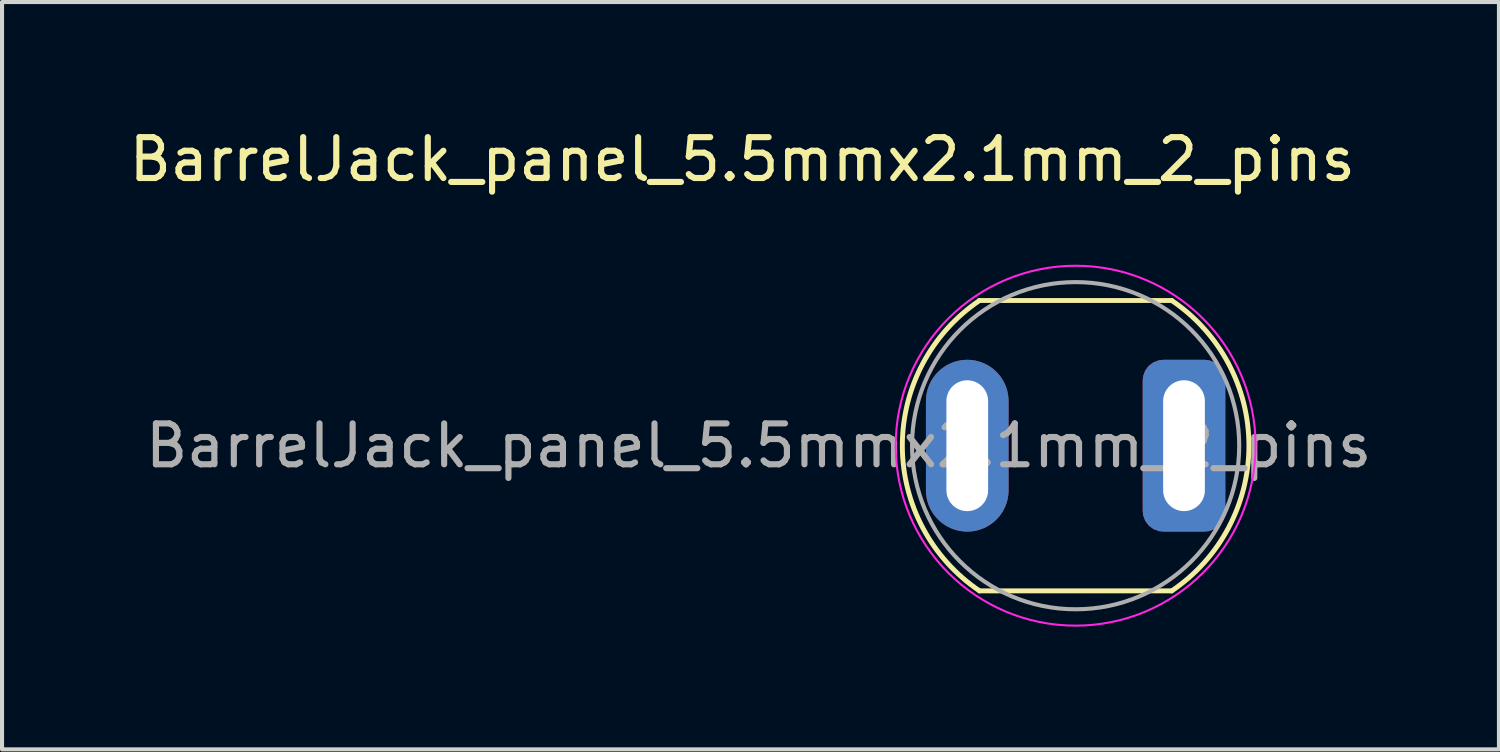
<source format=kicad_pcb>
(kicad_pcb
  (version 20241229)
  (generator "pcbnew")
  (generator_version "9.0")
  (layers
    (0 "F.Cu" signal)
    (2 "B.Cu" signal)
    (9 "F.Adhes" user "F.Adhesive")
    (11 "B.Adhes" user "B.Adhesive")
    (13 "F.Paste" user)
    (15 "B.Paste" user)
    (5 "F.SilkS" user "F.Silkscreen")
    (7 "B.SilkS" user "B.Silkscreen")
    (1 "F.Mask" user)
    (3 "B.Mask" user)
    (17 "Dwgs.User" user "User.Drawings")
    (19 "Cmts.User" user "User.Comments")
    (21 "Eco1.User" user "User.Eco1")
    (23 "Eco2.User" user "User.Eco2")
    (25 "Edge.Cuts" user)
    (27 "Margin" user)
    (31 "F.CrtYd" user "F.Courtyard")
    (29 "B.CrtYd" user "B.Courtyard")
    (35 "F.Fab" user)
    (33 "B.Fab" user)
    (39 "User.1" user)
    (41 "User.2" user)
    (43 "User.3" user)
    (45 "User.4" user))
  (footprint "BarrelJack_panel_5.5mmx2.1mm_2_pins"
    (layer "F.Cu")
    (at 25.901 7.848)
    (property "Reference" "BarrelJack_panel_5.5mmx2.1mm_2_pins" (at -10.8 -7 0) (layer "F.SilkS") (effects (font (size 1 1) (thickness 0.15))))
    (attr through_hole)
    (fp_line (start -5 -3.55) (end -0.3 -3.55) (stroke (width 0.12) (type solid)) (layer "F.SilkS"))
    (fp_line (start -5 3.55) (end -0.3 3.55) (stroke (width 0.12) (type solid)) (layer "F.SilkS"))
    (fp_arc (start -5 3.55) (mid -6.887569 0) (end -5 -3.55) (stroke (width 0.12) (type solid)) (layer "F.SilkS"))
    (fp_arc (start -0.3 -3.55) (mid 1.587569 0) (end -0.3 3.55) (stroke (width 0.12) (type solid)) (layer "F.SilkS"))
    (fp_circle (center -2.65 0) (end 1.75 0) (stroke (width 0.05) (type solid)) (fill no) (layer "F.CrtYd"))
    (fp_circle (center -2.65 0) (end 1.35 0) (stroke (width 0.1) (type solid)) (fill no) (layer "F.Fab"))
    (fp_text user "${REFERENCE}" (at -10.4 0 0) (layer "F.Fab") (effects (font (size 1 1) (thickness 0.15))))
    (pad "1" thru_hole roundrect (at 0 0) (size 2.02 4.2) (drill oval 1.02 3.2) (layers "*.Cu" "*.Mask") (roundrect_rratio 0.25))
    (pad "2" thru_hole oval (at -5.3 0) (size 2.02 4.2) (drill oval 1.02 3.2) (layers "*.Cu" "*.Mask")))
  (gr_rect
    (start -3 -3)
    (end 33.602 15.273)
    (stroke (width 0.1) (type default))
    (fill no)
    (layer "Edge.Cuts")))
</source>
